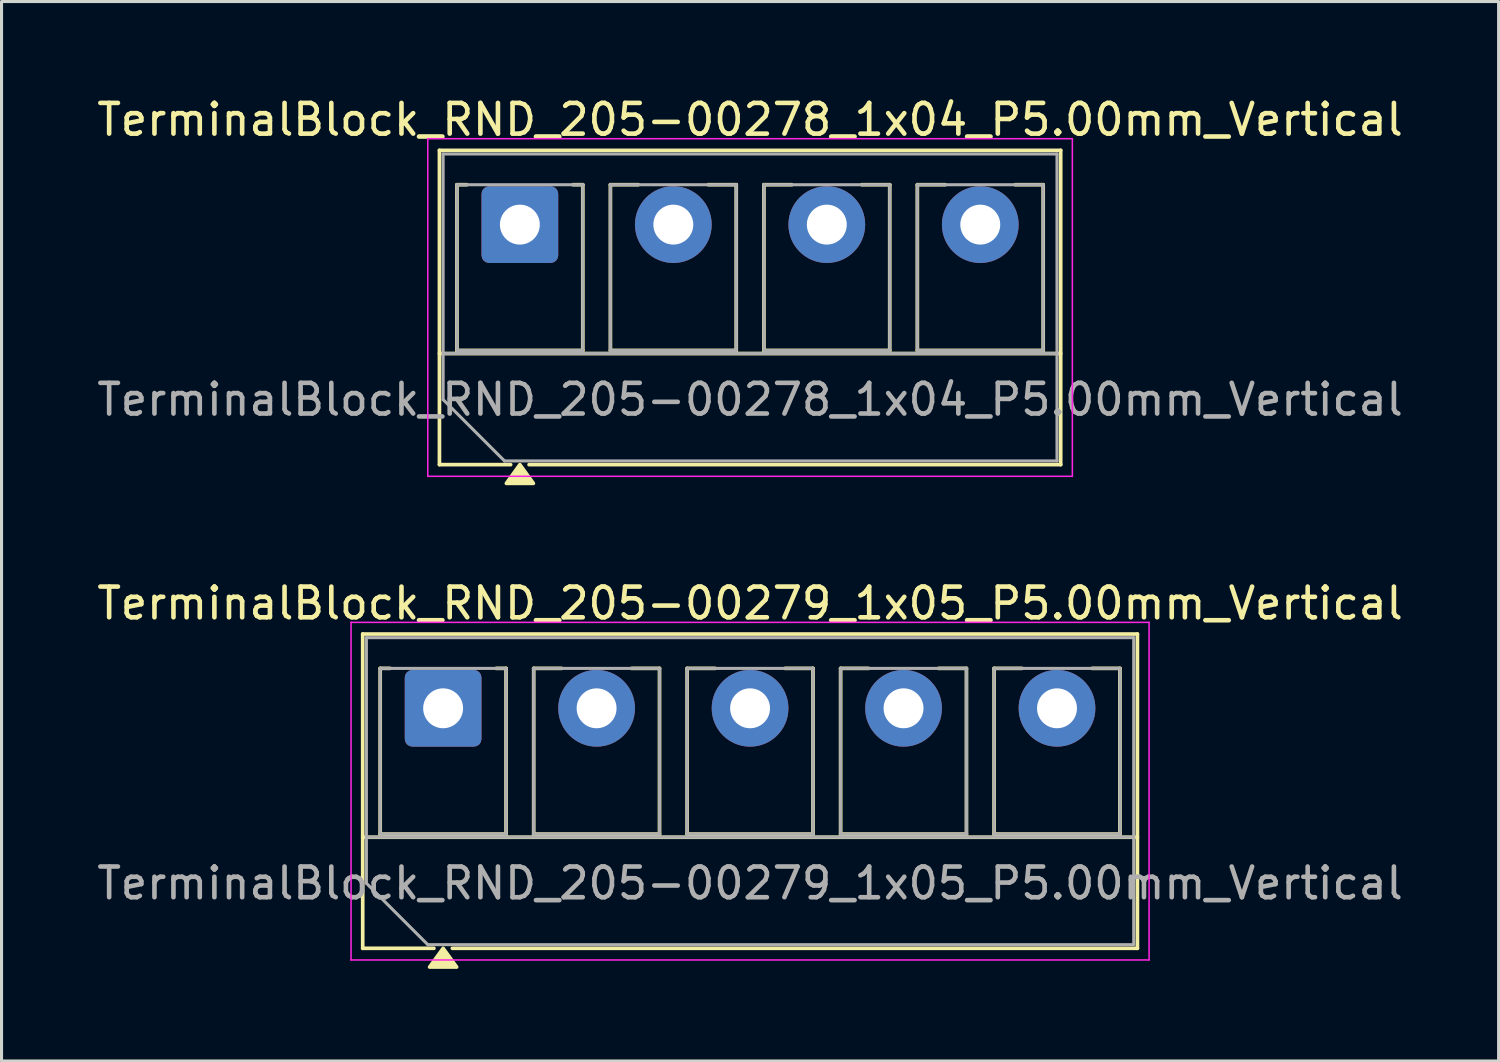
<source format=kicad_pcb>
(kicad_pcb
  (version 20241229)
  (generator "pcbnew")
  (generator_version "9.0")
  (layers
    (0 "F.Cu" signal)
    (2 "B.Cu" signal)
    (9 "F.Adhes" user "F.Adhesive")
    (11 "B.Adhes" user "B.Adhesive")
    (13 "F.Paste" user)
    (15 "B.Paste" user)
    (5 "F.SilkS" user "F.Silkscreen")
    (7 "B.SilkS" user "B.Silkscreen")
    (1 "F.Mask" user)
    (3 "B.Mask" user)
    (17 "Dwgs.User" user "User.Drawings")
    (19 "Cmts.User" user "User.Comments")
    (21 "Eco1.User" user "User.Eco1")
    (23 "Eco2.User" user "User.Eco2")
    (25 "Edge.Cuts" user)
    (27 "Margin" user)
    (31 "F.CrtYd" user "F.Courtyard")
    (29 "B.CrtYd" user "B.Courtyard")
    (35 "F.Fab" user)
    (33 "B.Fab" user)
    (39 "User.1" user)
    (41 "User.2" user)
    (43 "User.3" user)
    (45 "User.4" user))
  (footprint "TerminalBlock_RND_205-00278_1x04_P5.00mm_Vertical"
    (layer "F.Cu")
    (at 13.887 4.268)
    (property "Reference" "TerminalBlock_RND_205-00278_1x04_P5.00mm_Vertical" (at 7.5 -3.42 0) (layer "F.SilkS") (effects (font (size 1 1) (thickness 0.15))))
    (attr through_hole)
    (fp_line (start -2.62 -2.42) (end 17.62 -2.42) (stroke (width 0.12) (type solid)) (layer "F.SilkS"))
    (fp_line (start -2.62 4.2) (end 17.62 4.2) (stroke (width 0.12) (type solid)) (layer "F.SilkS"))
    (fp_line (start -2.62 7.82) (end -2.62 -2.42) (stroke (width 0.12) (type solid)) (layer "F.SilkS"))
    (fp_line (start -2.05 -1.3) (end -1.73 -1.3) (stroke (width 0.12) (type solid)) (layer "F.SilkS"))
    (fp_line (start -2.05 4.1) (end -2.05 -1.3) (stroke (width 0.12) (type solid)) (layer "F.SilkS"))
    (fp_line (start -0.3 7.82) (end -2.62 7.82) (stroke (width 0.12) (type solid)) (layer "F.SilkS"))
    (fp_line (start 1.73 -1.3) (end 2.05 -1.3) (stroke (width 0.12) (type solid)) (layer "F.SilkS"))
    (fp_line (start 2.05 -1.3) (end 2.05 4.1) (stroke (width 0.12) (type solid)) (layer "F.SilkS"))
    (fp_line (start 2.05 4.1) (end -2.05 4.1) (stroke (width 0.12) (type solid)) (layer "F.SilkS"))
    (fp_line (start 2.95 -1.3) (end 3.859 -1.3) (stroke (width 0.12) (type solid)) (layer "F.SilkS"))
    (fp_line (start 2.95 4.1) (end 2.95 -1.3) (stroke (width 0.12) (type solid)) (layer "F.SilkS"))
    (fp_line (start 6.141 -1.3) (end 7.05 -1.3) (stroke (width 0.12) (type solid)) (layer "F.SilkS"))
    (fp_line (start 7.05 -1.3) (end 7.05 4.1) (stroke (width 0.12) (type solid)) (layer "F.SilkS"))
    (fp_line (start 7.05 4.1) (end 2.95 4.1) (stroke (width 0.12) (type solid)) (layer "F.SilkS"))
    (fp_line (start 7.95 -1.3) (end 8.859 -1.3) (stroke (width 0.12) (type solid)) (layer "F.SilkS"))
    (fp_line (start 7.95 4.1) (end 7.95 -1.3) (stroke (width 0.12) (type solid)) (layer "F.SilkS"))
    (fp_line (start 11.141 -1.3) (end 12.05 -1.3) (stroke (width 0.12) (type solid)) (layer "F.SilkS"))
    (fp_line (start 12.05 -1.3) (end 12.05 4.1) (stroke (width 0.12) (type solid)) (layer "F.SilkS"))
    (fp_line (start 12.05 4.1) (end 7.95 4.1) (stroke (width 0.12) (type solid)) (layer "F.SilkS"))
    (fp_line (start 12.95 -1.3) (end 13.859 -1.3) (stroke (width 0.12) (type solid)) (layer "F.SilkS"))
    (fp_line (start 12.95 4.1) (end 12.95 -1.3) (stroke (width 0.12) (type solid)) (layer "F.SilkS"))
    (fp_line (start 16.141 -1.3) (end 17.05 -1.3) (stroke (width 0.12) (type solid)) (layer "F.SilkS"))
    (fp_line (start 17.05 -1.3) (end 17.05 4.1) (stroke (width 0.12) (type solid)) (layer "F.SilkS"))
    (fp_line (start 17.05 4.1) (end 12.95 4.1) (stroke (width 0.12) (type solid)) (layer "F.SilkS"))
    (fp_line (start 17.62 -2.42) (end 17.62 7.82) (stroke (width 0.12) (type solid)) (layer "F.SilkS"))
    (fp_line (start 17.62 7.82) (end 0.3 7.82) (stroke (width 0.12) (type solid)) (layer "F.SilkS"))
    (fp_poly (pts (xy 0 7.82) (xy 0.44 8.43) (xy -0.44 8.43)) (stroke (width 0.12) (type solid)) (fill yes) (layer "F.SilkS"))
    (fp_line (start -3 -2.8) (end -3 8.2) (stroke (width 0.05) (type solid)) (layer "F.CrtYd"))
    (fp_line (start -3 8.2) (end 18 8.2) (stroke (width 0.05) (type solid)) (layer "F.CrtYd"))
    (fp_line (start 18 -2.8) (end -3 -2.8) (stroke (width 0.05) (type solid)) (layer "F.CrtYd"))
    (fp_line (start 18 8.2) (end 18 -2.8) (stroke (width 0.05) (type solid)) (layer "F.CrtYd"))
    (fp_line (start -2.5 -2.3) (end 17.5 -2.3) (stroke (width 0.1) (type solid)) (layer "F.Fab"))
    (fp_line (start -2.5 4.2) (end 17.5 4.2) (stroke (width 0.1) (type solid)) (layer "F.Fab"))
    (fp_line (start -2.5 5.7) (end -2.5 -2.3) (stroke (width 0.1) (type solid)) (layer "F.Fab"))
    (fp_line (start -2.05 -1.3) (end -2.05 4.1) (stroke (width 0.1) (type solid)) (layer "F.Fab"))
    (fp_line (start -2.05 4.1) (end 2.05 4.1) (stroke (width 0.1) (type solid)) (layer "F.Fab"))
    (fp_line (start -0.5 7.7) (end -2.5 5.7) (stroke (width 0.1) (type solid)) (layer "F.Fab"))
    (fp_line (start 2.05 -1.3) (end -2.05 -1.3) (stroke (width 0.1) (type solid)) (layer "F.Fab"))
    (fp_line (start 2.05 4.1) (end 2.05 -1.3) (stroke (width 0.1) (type solid)) (layer "F.Fab"))
    (fp_line (start 2.95 -1.3) (end 2.95 4.1) (stroke (width 0.1) (type solid)) (layer "F.Fab"))
    (fp_line (start 2.95 4.1) (end 7.05 4.1) (stroke (width 0.1) (type solid)) (layer "F.Fab"))
    (fp_line (start 7.05 -1.3) (end 2.95 -1.3) (stroke (width 0.1) (type solid)) (layer "F.Fab"))
    (fp_line (start 7.05 4.1) (end 7.05 -1.3) (stroke (width 0.1) (type solid)) (layer "F.Fab"))
    (fp_line (start 7.95 -1.3) (end 7.95 4.1) (stroke (width 0.1) (type solid)) (layer "F.Fab"))
    (fp_line (start 7.95 4.1) (end 12.05 4.1) (stroke (width 0.1) (type solid)) (layer "F.Fab"))
    (fp_line (start 12.05 -1.3) (end 7.95 -1.3) (stroke (width 0.1) (type solid)) (layer "F.Fab"))
    (fp_line (start 12.05 4.1) (end 12.05 -1.3) (stroke (width 0.1) (type solid)) (layer "F.Fab"))
    (fp_line (start 12.95 -1.3) (end 12.95 4.1) (stroke (width 0.1) (type solid)) (layer "F.Fab"))
    (fp_line (start 12.95 4.1) (end 17.05 4.1) (stroke (width 0.1) (type solid)) (layer "F.Fab"))
    (fp_line (start 17.05 -1.3) (end 12.95 -1.3) (stroke (width 0.1) (type solid)) (layer "F.Fab"))
    (fp_line (start 17.05 4.1) (end 17.05 -1.3) (stroke (width 0.1) (type solid)) (layer "F.Fab"))
    (fp_line (start 17.5 -2.3) (end 17.5 7.7) (stroke (width 0.1) (type solid)) (layer "F.Fab"))
    (fp_line (start 17.5 7.7) (end -0.5 7.7) (stroke (width 0.1) (type solid)) (layer "F.Fab"))
    (fp_text user "${REFERENCE}" (at 7.5 5.7 0) (layer "F.Fab") (effects (font (size 1 1) (thickness 0.15))))
    (pad "1" thru_hole roundrect (at 0 0) (size 2.5 2.5) (drill 1.3) (layers "*.Cu" "*.Mask") (roundrect_rratio 0.1))
    (pad "2" thru_hole circle (at 5 0) (size 2.5 2.5) (drill 1.3) (layers "*.Cu" "*.Mask"))
    (pad "3" thru_hole circle (at 10 0) (size 2.5 2.5) (drill 1.3) (layers "*.Cu" "*.Mask"))
    (pad "4" thru_hole circle (at 15 0) (size 2.5 2.5) (drill 1.3) (layers "*.Cu" "*.Mask")))
  (footprint "TerminalBlock_RND_205-00279_1x05_P5.00mm_Vertical"
    (layer "F.Cu")
    (at 11.387 20.026)
    (property "Reference" "TerminalBlock_RND_205-00279_1x05_P5.00mm_Vertical" (at 10 -3.42 0) (layer "F.SilkS") (effects (font (size 1 1) (thickness 0.15))))
    (attr through_hole)
    (fp_line (start -2.62 -2.42) (end 22.62 -2.42) (stroke (width 0.12) (type solid)) (layer "F.SilkS"))
    (fp_line (start -2.62 4.2) (end 22.62 4.2) (stroke (width 0.12) (type solid)) (layer "F.SilkS"))
    (fp_line (start -2.62 7.82) (end -2.62 -2.42) (stroke (width 0.12) (type solid)) (layer "F.SilkS"))
    (fp_line (start -2.05 -1.3) (end -1.73 -1.3) (stroke (width 0.12) (type solid)) (layer "F.SilkS"))
    (fp_line (start -2.05 4.1) (end -2.05 -1.3) (stroke (width 0.12) (type solid)) (layer "F.SilkS"))
    (fp_line (start -0.3 7.82) (end -2.62 7.82) (stroke (width 0.12) (type solid)) (layer "F.SilkS"))
    (fp_line (start 1.73 -1.3) (end 2.05 -1.3) (stroke (width 0.12) (type solid)) (layer "F.SilkS"))
    (fp_line (start 2.05 -1.3) (end 2.05 4.1) (stroke (width 0.12) (type solid)) (layer "F.SilkS"))
    (fp_line (start 2.05 4.1) (end -2.05 4.1) (stroke (width 0.12) (type solid)) (layer "F.SilkS"))
    (fp_line (start 2.95 -1.3) (end 3.859 -1.3) (stroke (width 0.12) (type solid)) (layer "F.SilkS"))
    (fp_line (start 2.95 4.1) (end 2.95 -1.3) (stroke (width 0.12) (type solid)) (layer "F.SilkS"))
    (fp_line (start 6.141 -1.3) (end 7.05 -1.3) (stroke (width 0.12) (type solid)) (layer "F.SilkS"))
    (fp_line (start 7.05 -1.3) (end 7.05 4.1) (stroke (width 0.12) (type solid)) (layer "F.SilkS"))
    (fp_line (start 7.05 4.1) (end 2.95 4.1) (stroke (width 0.12) (type solid)) (layer "F.SilkS"))
    (fp_line (start 7.95 -1.3) (end 8.859 -1.3) (stroke (width 0.12) (type solid)) (layer "F.SilkS"))
    (fp_line (start 7.95 4.1) (end 7.95 -1.3) (stroke (width 0.12) (type solid)) (layer "F.SilkS"))
    (fp_line (start 11.141 -1.3) (end 12.05 -1.3) (stroke (width 0.12) (type solid)) (layer "F.SilkS"))
    (fp_line (start 12.05 -1.3) (end 12.05 4.1) (stroke (width 0.12) (type solid)) (layer "F.SilkS"))
    (fp_line (start 12.05 4.1) (end 7.95 4.1) (stroke (width 0.12) (type solid)) (layer "F.SilkS"))
    (fp_line (start 12.95 -1.3) (end 13.859 -1.3) (stroke (width 0.12) (type solid)) (layer "F.SilkS"))
    (fp_line (start 12.95 4.1) (end 12.95 -1.3) (stroke (width 0.12) (type solid)) (layer "F.SilkS"))
    (fp_line (start 16.141 -1.3) (end 17.05 -1.3) (stroke (width 0.12) (type solid)) (layer "F.SilkS"))
    (fp_line (start 17.05 -1.3) (end 17.05 4.1) (stroke (width 0.12) (type solid)) (layer "F.SilkS"))
    (fp_line (start 17.05 4.1) (end 12.95 4.1) (stroke (width 0.12) (type solid)) (layer "F.SilkS"))
    (fp_line (start 17.95 -1.3) (end 18.859 -1.3) (stroke (width 0.12) (type solid)) (layer "F.SilkS"))
    (fp_line (start 17.95 4.1) (end 17.95 -1.3) (stroke (width 0.12) (type solid)) (layer "F.SilkS"))
    (fp_line (start 21.141 -1.3) (end 22.05 -1.3) (stroke (width 0.12) (type solid)) (layer "F.SilkS"))
    (fp_line (start 22.05 -1.3) (end 22.05 4.1) (stroke (width 0.12) (type solid)) (layer "F.SilkS"))
    (fp_line (start 22.05 4.1) (end 17.95 4.1) (stroke (width 0.12) (type solid)) (layer "F.SilkS"))
    (fp_line (start 22.62 -2.42) (end 22.62 7.82) (stroke (width 0.12) (type solid)) (layer "F.SilkS"))
    (fp_line (start 22.62 7.82) (end 0.3 7.82) (stroke (width 0.12) (type solid)) (layer "F.SilkS"))
    (fp_poly (pts (xy 0 7.82) (xy 0.44 8.43) (xy -0.44 8.43)) (stroke (width 0.12) (type solid)) (fill yes) (layer "F.SilkS"))
    (fp_line (start -3 -2.8) (end -3 8.2) (stroke (width 0.05) (type solid)) (layer "F.CrtYd"))
    (fp_line (start -3 8.2) (end 23 8.2) (stroke (width 0.05) (type solid)) (layer "F.CrtYd"))
    (fp_line (start 23 -2.8) (end -3 -2.8) (stroke (width 0.05) (type solid)) (layer "F.CrtYd"))
    (fp_line (start 23 8.2) (end 23 -2.8) (stroke (width 0.05) (type solid)) (layer "F.CrtYd"))
    (fp_line (start -2.5 -2.3) (end 22.5 -2.3) (stroke (width 0.1) (type solid)) (layer "F.Fab"))
    (fp_line (start -2.5 4.2) (end 22.5 4.2) (stroke (width 0.1) (type solid)) (layer "F.Fab"))
    (fp_line (start -2.5 5.7) (end -2.5 -2.3) (stroke (width 0.1) (type solid)) (layer "F.Fab"))
    (fp_line (start -2.05 -1.3) (end -2.05 4.1) (stroke (width 0.1) (type solid)) (layer "F.Fab"))
    (fp_line (start -2.05 4.1) (end 2.05 4.1) (stroke (width 0.1) (type solid)) (layer "F.Fab"))
    (fp_line (start -0.5 7.7) (end -2.5 5.7) (stroke (width 0.1) (type solid)) (layer "F.Fab"))
    (fp_line (start 2.05 -1.3) (end -2.05 -1.3) (stroke (width 0.1) (type solid)) (layer "F.Fab"))
    (fp_line (start 2.05 4.1) (end 2.05 -1.3) (stroke (width 0.1) (type solid)) (layer "F.Fab"))
    (fp_line (start 2.95 -1.3) (end 2.95 4.1) (stroke (width 0.1) (type solid)) (layer "F.Fab"))
    (fp_line (start 2.95 4.1) (end 7.05 4.1) (stroke (width 0.1) (type solid)) (layer "F.Fab"))
    (fp_line (start 7.05 -1.3) (end 2.95 -1.3) (stroke (width 0.1) (type solid)) (layer "F.Fab"))
    (fp_line (start 7.05 4.1) (end 7.05 -1.3) (stroke (width 0.1) (type solid)) (layer "F.Fab"))
    (fp_line (start 7.95 -1.3) (end 7.95 4.1) (stroke (width 0.1) (type solid)) (layer "F.Fab"))
    (fp_line (start 7.95 4.1) (end 12.05 4.1) (stroke (width 0.1) (type solid)) (layer "F.Fab"))
    (fp_line (start 12.05 -1.3) (end 7.95 -1.3) (stroke (width 0.1) (type solid)) (layer "F.Fab"))
    (fp_line (start 12.05 4.1) (end 12.05 -1.3) (stroke (width 0.1) (type solid)) (layer "F.Fab"))
    (fp_line (start 12.95 -1.3) (end 12.95 4.1) (stroke (width 0.1) (type solid)) (layer "F.Fab"))
    (fp_line (start 12.95 4.1) (end 17.05 4.1) (stroke (width 0.1) (type solid)) (layer "F.Fab"))
    (fp_line (start 17.05 -1.3) (end 12.95 -1.3) (stroke (width 0.1) (type solid)) (layer "F.Fab"))
    (fp_line (start 17.05 4.1) (end 17.05 -1.3) (stroke (width 0.1) (type solid)) (layer "F.Fab"))
    (fp_line (start 17.95 -1.3) (end 17.95 4.1) (stroke (width 0.1) (type solid)) (layer "F.Fab"))
    (fp_line (start 17.95 4.1) (end 22.05 4.1) (stroke (width 0.1) (type solid)) (layer "F.Fab"))
    (fp_line (start 22.05 -1.3) (end 17.95 -1.3) (stroke (width 0.1) (type solid)) (layer "F.Fab"))
    (fp_line (start 22.05 4.1) (end 22.05 -1.3) (stroke (width 0.1) (type solid)) (layer "F.Fab"))
    (fp_line (start 22.5 -2.3) (end 22.5 7.7) (stroke (width 0.1) (type solid)) (layer "F.Fab"))
    (fp_line (start 22.5 7.7) (end -0.5 7.7) (stroke (width 0.1) (type solid)) (layer "F.Fab"))
    (fp_text user "${REFERENCE}" (at 10 5.7 0) (layer "F.Fab") (effects (font (size 1 1) (thickness 0.15))))
    (pad "1" thru_hole roundrect (at 0 0) (size 2.5 2.5) (drill 1.3) (layers "*.Cu" "*.Mask") (roundrect_rratio 0.1))
    (pad "2" thru_hole circle (at 5 0) (size 2.5 2.5) (drill 1.3) (layers "*.Cu" "*.Mask"))
    (pad "3" thru_hole circle (at 10 0) (size 2.5 2.5) (drill 1.3) (layers "*.Cu" "*.Mask"))
    (pad "4" thru_hole circle (at 15 0) (size 2.5 2.5) (drill 1.3) (layers "*.Cu" "*.Mask"))
    (pad "5" thru_hole circle (at 20 0) (size 2.5 2.5) (drill 1.3) (layers "*.Cu" "*.Mask")))
  (gr_rect
    (start -3 -3)
    (end 45.774 31.517)
    (stroke (width 0.1) (type default))
    (fill no)
    (layer "Edge.Cuts")))
</source>
